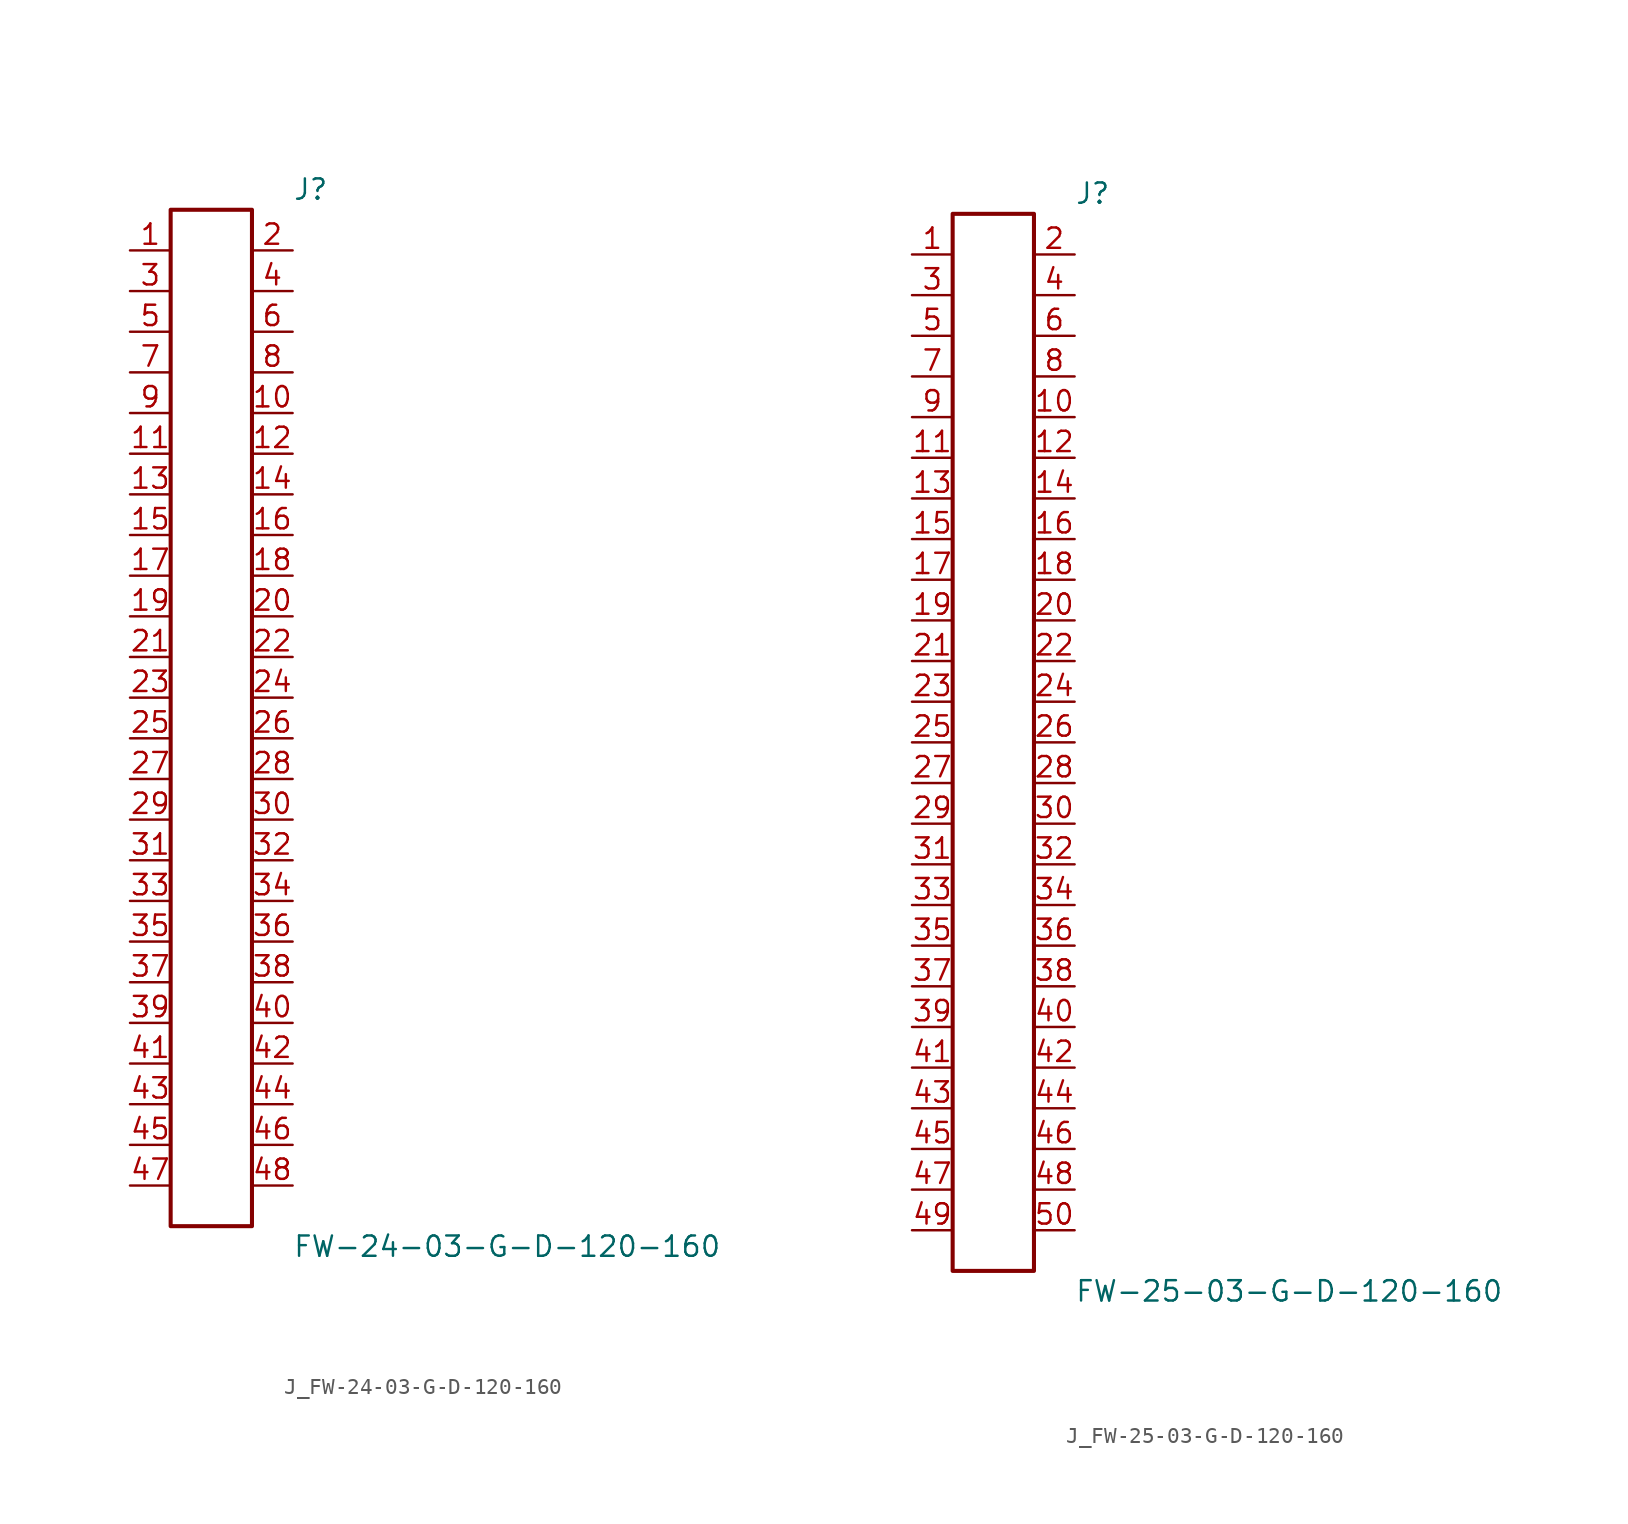
<source format=kicad_sym>
(kicad_symbol_lib
  (version 20231120)
  (generator kicad_symbol_editor)
  (generator_version 8.0)
  (symbol "J_FW-24-03-G-D-120-160"
    (pin_names
      (offset 0.254))
    (property "Reference" "J"
      (at 5.08 33.02 0)
      (effects (font (size 1.27 1.27)) (justify left)))
    (property "Value" "FW-24-03-G-D-120-160"
      (at 5.08 -33.02 0)
      (effects (font (size 1.27 1.27)) (justify left)))
    (symbol "J_FW-24-03-G-D-120-160_0_0"
      (pin passive line (at -5.08 29.21 0) (length 2.54) (name "" (effects (font (size 1.27 1.27)))) (number "1" (effects (font (size 1.27 1.27)))))
      (pin passive line (at 5.08 29.21 180) (length 2.54) (name "" (effects (font (size 1.27 1.27)))) (number "2" (effects (font (size 1.27 1.27)))))
      (pin passive line (at -5.08 26.67 0) (length 2.54) (name "" (effects (font (size 1.27 1.27)))) (number "3" (effects (font (size 1.27 1.27)))))
      (pin passive line (at 5.08 26.67 180) (length 2.54) (name "" (effects (font (size 1.27 1.27)))) (number "4" (effects (font (size 1.27 1.27)))))
      (pin passive line (at -5.08 24.13 0) (length 2.54) (name "" (effects (font (size 1.27 1.27)))) (number "5" (effects (font (size 1.27 1.27)))))
      (pin passive line (at 5.08 24.13 180) (length 2.54) (name "" (effects (font (size 1.27 1.27)))) (number "6" (effects (font (size 1.27 1.27)))))
      (pin passive line (at -5.08 21.59 0) (length 2.54) (name "" (effects (font (size 1.27 1.27)))) (number "7" (effects (font (size 1.27 1.27)))))
      (pin passive line (at 5.08 21.59 180) (length 2.54) (name "" (effects (font (size 1.27 1.27)))) (number "8" (effects (font (size 1.27 1.27)))))
      (pin passive line (at -5.08 19.05 0) (length 2.54) (name "" (effects (font (size 1.27 1.27)))) (number "9" (effects (font (size 1.27 1.27)))))
      (pin passive line (at 5.08 19.05 180) (length 2.54) (name "" (effects (font (size 1.27 1.27)))) (number "10" (effects (font (size 1.27 1.27)))))
      (pin passive line (at -5.08 16.51 0) (length 2.54) (name "" (effects (font (size 1.27 1.27)))) (number "11" (effects (font (size 1.27 1.27)))))
      (pin passive line (at 5.08 16.51 180) (length 2.54) (name "" (effects (font (size 1.27 1.27)))) (number "12" (effects (font (size 1.27 1.27)))))
      (pin passive line (at -5.08 13.97 0) (length 2.54) (name "" (effects (font (size 1.27 1.27)))) (number "13" (effects (font (size 1.27 1.27)))))
      (pin passive line (at 5.08 13.97 180) (length 2.54) (name "" (effects (font (size 1.27 1.27)))) (number "14" (effects (font (size 1.27 1.27)))))
      (pin passive line (at -5.08 11.43 0) (length 2.54) (name "" (effects (font (size 1.27 1.27)))) (number "15" (effects (font (size 1.27 1.27)))))
      (pin passive line (at 5.08 11.43 180) (length 2.54) (name "" (effects (font (size 1.27 1.27)))) (number "16" (effects (font (size 1.27 1.27)))))
      (pin passive line (at -5.08 8.89 0) (length 2.54) (name "" (effects (font (size 1.27 1.27)))) (number "17" (effects (font (size 1.27 1.27)))))
      (pin passive line (at 5.08 8.89 180) (length 2.54) (name "" (effects (font (size 1.27 1.27)))) (number "18" (effects (font (size 1.27 1.27)))))
      (pin passive line (at -5.08 6.35 0) (length 2.54) (name "" (effects (font (size 1.27 1.27)))) (number "19" (effects (font (size 1.27 1.27)))))
      (pin passive line (at 5.08 6.35 180) (length 2.54) (name "" (effects (font (size 1.27 1.27)))) (number "20" (effects (font (size 1.27 1.27)))))
      (pin passive line (at -5.08 3.81 0) (length 2.54) (name "" (effects (font (size 1.27 1.27)))) (number "21" (effects (font (size 1.27 1.27)))))
      (pin passive line (at 5.08 3.81 180) (length 2.54) (name "" (effects (font (size 1.27 1.27)))) (number "22" (effects (font (size 1.27 1.27)))))
      (pin passive line (at -5.08 1.27 0) (length 2.54) (name "" (effects (font (size 1.27 1.27)))) (number "23" (effects (font (size 1.27 1.27)))))
      (pin passive line (at 5.08 1.27 180) (length 2.54) (name "" (effects (font (size 1.27 1.27)))) (number "24" (effects (font (size 1.27 1.27)))))
      (pin passive line (at -5.08 -1.27 0) (length 2.54) (name "" (effects (font (size 1.27 1.27)))) (number "25" (effects (font (size 1.27 1.27)))))
      (pin passive line (at 5.08 -1.27 180) (length 2.54) (name "" (effects (font (size 1.27 1.27)))) (number "26" (effects (font (size 1.27 1.27)))))
      (pin passive line (at -5.08 -3.81 0) (length 2.54) (name "" (effects (font (size 1.27 1.27)))) (number "27" (effects (font (size 1.27 1.27)))))
      (pin passive line (at 5.08 -3.81 180) (length 2.54) (name "" (effects (font (size 1.27 1.27)))) (number "28" (effects (font (size 1.27 1.27)))))
      (pin passive line (at -5.08 -6.35 0) (length 2.54) (name "" (effects (font (size 1.27 1.27)))) (number "29" (effects (font (size 1.27 1.27)))))
      (pin passive line (at 5.08 -6.35 180) (length 2.54) (name "" (effects (font (size 1.27 1.27)))) (number "30" (effects (font (size 1.27 1.27)))))
      (pin passive line (at -5.08 -8.89 0) (length 2.54) (name "" (effects (font (size 1.27 1.27)))) (number "31" (effects (font (size 1.27 1.27)))))
      (pin passive line (at 5.08 -8.89 180) (length 2.54) (name "" (effects (font (size 1.27 1.27)))) (number "32" (effects (font (size 1.27 1.27)))))
      (pin passive line (at -5.08 -11.43 0) (length 2.54) (name "" (effects (font (size 1.27 1.27)))) (number "33" (effects (font (size 1.27 1.27)))))
      (pin passive line (at 5.08 -11.43 180) (length 2.54) (name "" (effects (font (size 1.27 1.27)))) (number "34" (effects (font (size 1.27 1.27)))))
      (pin passive line (at -5.08 -13.97 0) (length 2.54) (name "" (effects (font (size 1.27 1.27)))) (number "35" (effects (font (size 1.27 1.27)))))
      (pin passive line (at 5.08 -13.97 180) (length 2.54) (name "" (effects (font (size 1.27 1.27)))) (number "36" (effects (font (size 1.27 1.27)))))
      (pin passive line (at -5.08 -16.51 0) (length 2.54) (name "" (effects (font (size 1.27 1.27)))) (number "37" (effects (font (size 1.27 1.27)))))
      (pin passive line (at 5.08 -16.51 180) (length 2.54) (name "" (effects (font (size 1.27 1.27)))) (number "38" (effects (font (size 1.27 1.27)))))
      (pin passive line (at -5.08 -19.05 0) (length 2.54) (name "" (effects (font (size 1.27 1.27)))) (number "39" (effects (font (size 1.27 1.27)))))
      (pin passive line (at 5.08 -19.05 180) (length 2.54) (name "" (effects (font (size 1.27 1.27)))) (number "40" (effects (font (size 1.27 1.27)))))
      (pin passive line (at -5.08 -21.59 0) (length 2.54) (name "" (effects (font (size 1.27 1.27)))) (number "41" (effects (font (size 1.27 1.27)))))
      (pin passive line (at 5.08 -21.59 180) (length 2.54) (name "" (effects (font (size 1.27 1.27)))) (number "42" (effects (font (size 1.27 1.27)))))
      (pin passive line (at -5.08 -24.13 0) (length 2.54) (name "" (effects (font (size 1.27 1.27)))) (number "43" (effects (font (size 1.27 1.27)))))
      (pin passive line (at 5.08 -24.13 180) (length 2.54) (name "" (effects (font (size 1.27 1.27)))) (number "44" (effects (font (size 1.27 1.27)))))
      (pin passive line (at -5.08 -26.67 0) (length 2.54) (name "" (effects (font (size 1.27 1.27)))) (number "45" (effects (font (size 1.27 1.27)))))
      (pin passive line (at 5.08 -26.67 180) (length 2.54) (name "" (effects (font (size 1.27 1.27)))) (number "46" (effects (font (size 1.27 1.27)))))
      (pin passive line (at -5.08 -29.21 0) (length 2.54) (name "" (effects (font (size 1.27 1.27)))) (number "47" (effects (font (size 1.27 1.27)))))
      (pin passive line (at 5.08 -29.21 180) (length 2.54) (name "" (effects (font (size 1.27 1.27)))) (number "48" (effects (font (size 1.27 1.27))))))
    (symbol "J_FW-24-03-G-D-120-160_1_0"
      (rectangle (start -2.54 31.75) (end 2.54 -31.75) (stroke (width 0.254) (type solid)) (fill (type none)))))
  (symbol "J_FW-25-03-G-D-120-160"
    (pin_names
      (offset 0.254))
    (property "Reference" "J"
      (at 5.08 34.29 0)
      (effects (font (size 1.27 1.27)) (justify left)))
    (property "Value" "FW-25-03-G-D-120-160"
      (at 5.08 -34.29 0)
      (effects (font (size 1.27 1.27)) (justify left)))
    (symbol "J_FW-25-03-G-D-120-160_0_0"
      (pin passive line (at -5.08 30.48 0) (length 2.54) (name "" (effects (font (size 1.27 1.27)))) (number "1" (effects (font (size 1.27 1.27)))))
      (pin passive line (at 5.08 30.48 180) (length 2.54) (name "" (effects (font (size 1.27 1.27)))) (number "2" (effects (font (size 1.27 1.27)))))
      (pin passive line (at -5.08 27.94 0) (length 2.54) (name "" (effects (font (size 1.27 1.27)))) (number "3" (effects (font (size 1.27 1.27)))))
      (pin passive line (at 5.08 27.94 180) (length 2.54) (name "" (effects (font (size 1.27 1.27)))) (number "4" (effects (font (size 1.27 1.27)))))
      (pin passive line (at -5.08 25.4 0) (length 2.54) (name "" (effects (font (size 1.27 1.27)))) (number "5" (effects (font (size 1.27 1.27)))))
      (pin passive line (at 5.08 25.4 180) (length 2.54) (name "" (effects (font (size 1.27 1.27)))) (number "6" (effects (font (size 1.27 1.27)))))
      (pin passive line (at -5.08 22.86 0) (length 2.54) (name "" (effects (font (size 1.27 1.27)))) (number "7" (effects (font (size 1.27 1.27)))))
      (pin passive line (at 5.08 22.86 180) (length 2.54) (name "" (effects (font (size 1.27 1.27)))) (number "8" (effects (font (size 1.27 1.27)))))
      (pin passive line (at -5.08 20.32 0) (length 2.54) (name "" (effects (font (size 1.27 1.27)))) (number "9" (effects (font (size 1.27 1.27)))))
      (pin passive line (at 5.08 20.32 180) (length 2.54) (name "" (effects (font (size 1.27 1.27)))) (number "10" (effects (font (size 1.27 1.27)))))
      (pin passive line (at -5.08 17.78 0) (length 2.54) (name "" (effects (font (size 1.27 1.27)))) (number "11" (effects (font (size 1.27 1.27)))))
      (pin passive line (at 5.08 17.78 180) (length 2.54) (name "" (effects (font (size 1.27 1.27)))) (number "12" (effects (font (size 1.27 1.27)))))
      (pin passive line (at -5.08 15.24 0) (length 2.54) (name "" (effects (font (size 1.27 1.27)))) (number "13" (effects (font (size 1.27 1.27)))))
      (pin passive line (at 5.08 15.24 180) (length 2.54) (name "" (effects (font (size 1.27 1.27)))) (number "14" (effects (font (size 1.27 1.27)))))
      (pin passive line (at -5.08 12.7 0) (length 2.54) (name "" (effects (font (size 1.27 1.27)))) (number "15" (effects (font (size 1.27 1.27)))))
      (pin passive line (at 5.08 12.7 180) (length 2.54) (name "" (effects (font (size 1.27 1.27)))) (number "16" (effects (font (size 1.27 1.27)))))
      (pin passive line (at -5.08 10.16 0) (length 2.54) (name "" (effects (font (size 1.27 1.27)))) (number "17" (effects (font (size 1.27 1.27)))))
      (pin passive line (at 5.08 10.16 180) (length 2.54) (name "" (effects (font (size 1.27 1.27)))) (number "18" (effects (font (size 1.27 1.27)))))
      (pin passive line (at -5.08 7.62 0) (length 2.54) (name "" (effects (font (size 1.27 1.27)))) (number "19" (effects (font (size 1.27 1.27)))))
      (pin passive line (at 5.08 7.62 180) (length 2.54) (name "" (effects (font (size 1.27 1.27)))) (number "20" (effects (font (size 1.27 1.27)))))
      (pin passive line (at -5.08 5.08 0) (length 2.54) (name "" (effects (font (size 1.27 1.27)))) (number "21" (effects (font (size 1.27 1.27)))))
      (pin passive line (at 5.08 5.08 180) (length 2.54) (name "" (effects (font (size 1.27 1.27)))) (number "22" (effects (font (size 1.27 1.27)))))
      (pin passive line (at -5.08 2.54 0) (length 2.54) (name "" (effects (font (size 1.27 1.27)))) (number "23" (effects (font (size 1.27 1.27)))))
      (pin passive line (at 5.08 2.54 180) (length 2.54) (name "" (effects (font (size 1.27 1.27)))) (number "24" (effects (font (size 1.27 1.27)))))
      (pin passive line (at -5.08 0.0 0) (length 2.54) (name "" (effects (font (size 1.27 1.27)))) (number "25" (effects (font (size 1.27 1.27)))))
      (pin passive line (at 5.08 0.0 180) (length 2.54) (name "" (effects (font (size 1.27 1.27)))) (number "26" (effects (font (size 1.27 1.27)))))
      (pin passive line (at -5.08 -2.54 0) (length 2.54) (name "" (effects (font (size 1.27 1.27)))) (number "27" (effects (font (size 1.27 1.27)))))
      (pin passive line (at 5.08 -2.54 180) (length 2.54) (name "" (effects (font (size 1.27 1.27)))) (number "28" (effects (font (size 1.27 1.27)))))
      (pin passive line (at -5.08 -5.08 0) (length 2.54) (name "" (effects (font (size 1.27 1.27)))) (number "29" (effects (font (size 1.27 1.27)))))
      (pin passive line (at 5.08 -5.08 180) (length 2.54) (name "" (effects (font (size 1.27 1.27)))) (number "30" (effects (font (size 1.27 1.27)))))
      (pin passive line (at -5.08 -7.62 0) (length 2.54) (name "" (effects (font (size 1.27 1.27)))) (number "31" (effects (font (size 1.27 1.27)))))
      (pin passive line (at 5.08 -7.62 180) (length 2.54) (name "" (effects (font (size 1.27 1.27)))) (number "32" (effects (font (size 1.27 1.27)))))
      (pin passive line (at -5.08 -10.16 0) (length 2.54) (name "" (effects (font (size 1.27 1.27)))) (number "33" (effects (font (size 1.27 1.27)))))
      (pin passive line (at 5.08 -10.16 180) (length 2.54) (name "" (effects (font (size 1.27 1.27)))) (number "34" (effects (font (size 1.27 1.27)))))
      (pin passive line (at -5.08 -12.7 0) (length 2.54) (name "" (effects (font (size 1.27 1.27)))) (number "35" (effects (font (size 1.27 1.27)))))
      (pin passive line (at 5.08 -12.7 180) (length 2.54) (name "" (effects (font (size 1.27 1.27)))) (number "36" (effects (font (size 1.27 1.27)))))
      (pin passive line (at -5.08 -15.24 0) (length 2.54) (name "" (effects (font (size 1.27 1.27)))) (number "37" (effects (font (size 1.27 1.27)))))
      (pin passive line (at 5.08 -15.24 180) (length 2.54) (name "" (effects (font (size 1.27 1.27)))) (number "38" (effects (font (size 1.27 1.27)))))
      (pin passive line (at -5.08 -17.78 0) (length 2.54) (name "" (effects (font (size 1.27 1.27)))) (number "39" (effects (font (size 1.27 1.27)))))
      (pin passive line (at 5.08 -17.78 180) (length 2.54) (name "" (effects (font (size 1.27 1.27)))) (number "40" (effects (font (size 1.27 1.27)))))
      (pin passive line (at -5.08 -20.32 0) (length 2.54) (name "" (effects (font (size 1.27 1.27)))) (number "41" (effects (font (size 1.27 1.27)))))
      (pin passive line (at 5.08 -20.32 180) (length 2.54) (name "" (effects (font (size 1.27 1.27)))) (number "42" (effects (font (size 1.27 1.27)))))
      (pin passive line (at -5.08 -22.86 0) (length 2.54) (name "" (effects (font (size 1.27 1.27)))) (number "43" (effects (font (size 1.27 1.27)))))
      (pin passive line (at 5.08 -22.86 180) (length 2.54) (name "" (effects (font (size 1.27 1.27)))) (number "44" (effects (font (size 1.27 1.27)))))
      (pin passive line (at -5.08 -25.4 0) (length 2.54) (name "" (effects (font (size 1.27 1.27)))) (number "45" (effects (font (size 1.27 1.27)))))
      (pin passive line (at 5.08 -25.4 180) (length 2.54) (name "" (effects (font (size 1.27 1.27)))) (number "46" (effects (font (size 1.27 1.27)))))
      (pin passive line (at -5.08 -27.94 0) (length 2.54) (name "" (effects (font (size 1.27 1.27)))) (number "47" (effects (font (size 1.27 1.27)))))
      (pin passive line (at 5.08 -27.94 180) (length 2.54) (name "" (effects (font (size 1.27 1.27)))) (number "48" (effects (font (size 1.27 1.27)))))
      (pin passive line (at -5.08 -30.48 0) (length 2.54) (name "" (effects (font (size 1.27 1.27)))) (number "49" (effects (font (size 1.27 1.27)))))
      (pin passive line (at 5.08 -30.48 180) (length 2.54) (name "" (effects (font (size 1.27 1.27)))) (number "50" (effects (font (size 1.27 1.27))))))
    (symbol "J_FW-25-03-G-D-120-160_1_0"
      (rectangle (start -2.54 33.02) (end 2.54 -33.02) (stroke (width 0.254) (type solid)) (fill (type none))))))
</source>
